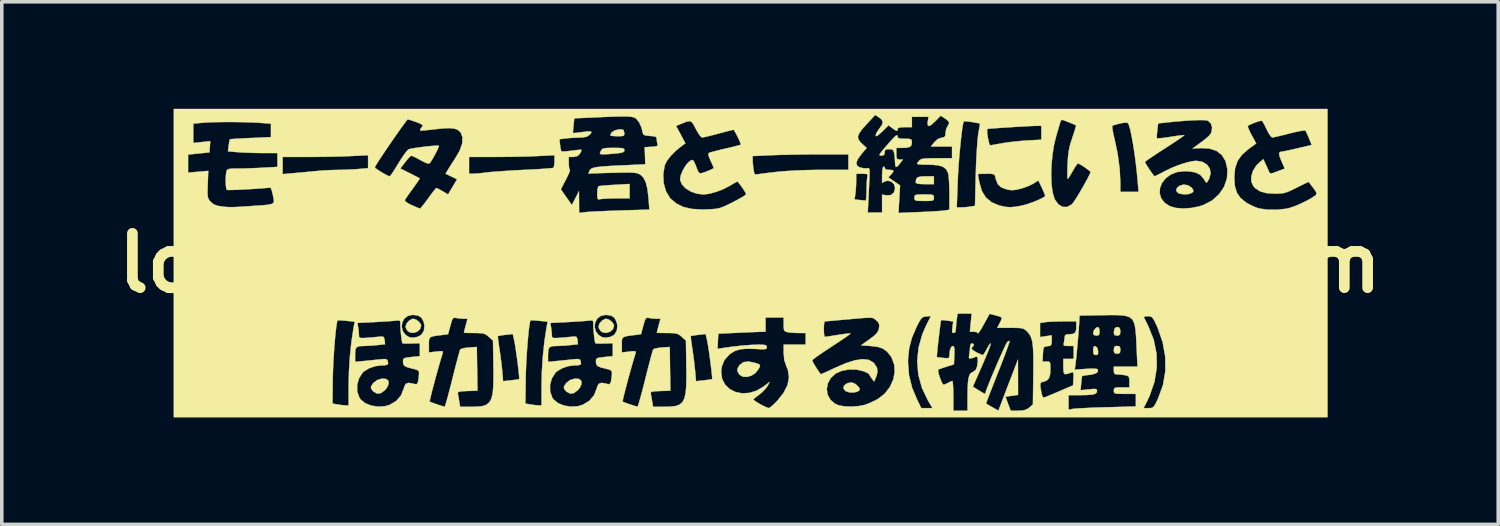
<source format=kicad_pcb>
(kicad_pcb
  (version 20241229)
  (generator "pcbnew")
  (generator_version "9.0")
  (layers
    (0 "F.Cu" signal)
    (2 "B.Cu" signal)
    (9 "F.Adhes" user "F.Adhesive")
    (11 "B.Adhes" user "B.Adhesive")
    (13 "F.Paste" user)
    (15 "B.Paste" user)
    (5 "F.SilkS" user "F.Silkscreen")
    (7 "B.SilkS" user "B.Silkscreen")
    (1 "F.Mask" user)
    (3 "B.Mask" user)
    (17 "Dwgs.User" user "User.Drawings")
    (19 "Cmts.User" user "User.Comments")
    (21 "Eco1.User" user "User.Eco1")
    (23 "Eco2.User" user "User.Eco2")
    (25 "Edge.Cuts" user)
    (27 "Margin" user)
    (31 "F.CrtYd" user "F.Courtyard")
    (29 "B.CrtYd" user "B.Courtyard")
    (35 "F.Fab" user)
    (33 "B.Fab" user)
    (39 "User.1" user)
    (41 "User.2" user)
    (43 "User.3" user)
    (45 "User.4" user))
  (footprint "logo_motor_pokapoka_32_9mm"
    (layer "F.Cu")
    (at 17.969 4.323)
    (property "Reference" "logo_motor_pokapoka_32_9mm" (at 0 0 0) (layer "F.SilkS") (effects (font (size 1.524 1.524) (thickness 0.3))))
    (attr through_hole)
    (fp_poly (pts (xy 9.679 2.329) (xy 9.733 2.375) (xy 9.754 2.459) (xy 9.754 2.541) (xy 9.726 2.573) (xy 9.691 2.576) (xy 9.64 2.563) (xy 9.619 2.511) (xy 9.616 2.447) (xy 9.623 2.36) (xy 9.65 2.328) (xy 9.679 2.329)) (stroke (width 0.01) (type solid)) (fill yes) (layer "F.SilkS"))
    (fp_poly (pts (xy 9.764 1.798) (xy 9.788 1.846) (xy 9.797 1.925) (xy 9.787 2.002) (xy 9.744 2.03) (xy 9.706 2.032) (xy 9.635 2.015) (xy 9.616 1.962) (xy 9.636 1.889) (xy 9.685 1.825) (xy 9.74 1.794) (xy 9.764 1.798)) (stroke (width 0.01) (type solid)) (fill yes) (layer "F.SilkS"))
    (fp_poly (pts (xy 10.37 1.847) (xy 10.378 1.925) (xy 10.367 2.002) (xy 10.324 2.03) (xy 10.287 2.032) (xy 10.221 2.02) (xy 10.198 1.968) (xy 10.196 1.927) (xy 10.216 1.838) (xy 10.254 1.8) (xy 10.33 1.793) (xy 10.37 1.847)) (stroke (width 0.01) (type solid)) (fill yes) (layer "F.SilkS"))
    (fp_poly (pts (xy 5.153 -2.213) (xy 4.899 -2.213) (xy 4.759 -2.217) (xy 4.679 -2.229) (xy 4.647 -2.253) (xy 4.645 -2.265) (xy 4.654 -2.35) (xy 4.694 -2.401) (xy 4.776 -2.425) (xy 4.916 -2.431) (xy 4.921 -2.431) (xy 5.153 -2.431) (xy 5.153 -2.213)) (stroke (width 0.01) (type solid)) (fill yes) (layer "F.SilkS"))
    (fp_poly (pts (xy 10.352 2.334) (xy 10.376 2.384) (xy 10.378 2.431) (xy 10.368 2.509) (xy 10.326 2.537) (xy 10.287 2.54) (xy 10.222 2.528) (xy 10.198 2.478) (xy 10.196 2.431) (xy 10.206 2.353) (xy 10.248 2.325) (xy 10.287 2.322) (xy 10.352 2.334)) (stroke (width 0.01) (type solid)) (fill yes) (layer "F.SilkS"))
    (fp_poly (pts (xy 12.272 -2.182) (xy 12.375 -2.114) (xy 12.392 -2.093) (xy 12.427 -2.031) (xy 12.414 -1.992) (xy 12.385 -1.969) (xy 12.295 -1.935) (xy 12.172 -1.926) (xy 12.054 -1.942) (xy 12.002 -1.962) (xy 11.945 -2.024) (xy 11.957 -2.095) (xy 12.027 -2.161) (xy 12.146 -2.2) (xy 12.272 -2.182)) (stroke (width 0.01) (type solid)) (fill yes) (layer "F.SilkS"))
    (fp_poly (pts (xy -10.197 3.247) (xy -10.136 3.297) (xy -10.127 3.38) (xy -10.167 3.481) (xy -10.23 3.559) (xy -10.345 3.644) (xy -10.45 3.658) (xy -10.551 3.601) (xy -10.559 3.592) (xy -10.617 3.524) (xy -10.624 3.466) (xy -10.58 3.392) (xy -10.559 3.364) (xy -10.452 3.279) (xy -10.317 3.238) (xy -10.197 3.247)) (stroke (width 0.01) (type solid)) (fill yes) (layer "F.SilkS"))
    (fp_poly (pts (xy -9.355 1.586) (xy -9.275 1.648) (xy -9.223 1.721) (xy -9.217 1.752) (xy -9.248 1.851) (xy -9.326 1.922) (xy -9.429 1.956) (xy -9.534 1.942) (xy -9.595 1.902) (xy -9.642 1.825) (xy -9.652 1.775) (xy -9.621 1.687) (xy -9.548 1.607) (xy -9.458 1.563) (xy -9.434 1.56) (xy -9.355 1.586)) (stroke (width 0.01) (type solid)) (fill yes) (layer "F.SilkS"))
    (fp_poly (pts (xy -4.791 3.247) (xy -4.73 3.297) (xy -4.72 3.38) (xy -4.761 3.481) (xy -4.823 3.559) (xy -4.938 3.644) (xy -5.044 3.658) (xy -5.144 3.601) (xy -5.153 3.592) (xy -5.21 3.524) (xy -5.217 3.466) (xy -5.173 3.392) (xy -5.152 3.364) (xy -5.046 3.279) (xy -4.911 3.238) (xy -4.791 3.247)) (stroke (width 0.01) (type solid)) (fill yes) (layer "F.SilkS"))
    (fp_poly (pts (xy -3.948 1.586) (xy -3.869 1.648) (xy -3.817 1.721) (xy -3.81 1.752) (xy -3.841 1.851) (xy -3.92 1.922) (xy -4.023 1.956) (xy -4.128 1.942) (xy -4.188 1.902) (xy -4.235 1.825) (xy -4.245 1.775) (xy -4.215 1.687) (xy -4.141 1.607) (xy -4.051 1.563) (xy -4.028 1.56) (xy -3.948 1.586)) (stroke (width 0.01) (type solid)) (fill yes) (layer "F.SilkS"))
    (fp_poly (pts (xy -3.545 -3.727) (xy -3.528 -3.67) (xy -3.526 -3.656) (xy -3.523 -3.599) (xy -3.542 -3.569) (xy -3.6 -3.558) (xy -3.713 -3.556) (xy -3.717 -3.556) (xy -3.827 -3.56) (xy -3.9 -3.572) (xy -3.918 -3.583) (xy -3.881 -3.659) (xy -3.792 -3.718) (xy -3.681 -3.744) (xy -3.588 -3.747) (xy -3.545 -3.727)) (stroke (width 0.01) (type solid)) (fill yes) (layer "F.SilkS"))
    (fp_poly (pts (xy 2.932 3.375) (xy 2.968 3.4) (xy 3.039 3.466) (xy 3.076 3.526) (xy 3.077 3.528) (xy 3.056 3.577) (xy 2.985 3.611) (xy 2.886 3.627) (xy 2.779 3.621) (xy 2.688 3.592) (xy 2.67 3.581) (xy 2.619 3.512) (xy 2.632 3.439) (xy 2.703 3.379) (xy 2.751 3.361) (xy 2.85 3.345) (xy 2.932 3.375)) (stroke (width 0.01) (type solid)) (fill yes) (layer "F.SilkS"))
    (fp_poly (pts (xy -3.375 -1.814) (xy -3.747 -1.814) (xy -3.912 -1.811) (xy -4.058 -1.806) (xy -4.163 -1.797) (xy -4.2 -1.791) (xy -4.248 -1.784) (xy -4.272 -1.806) (xy -4.281 -1.873) (xy -4.282 -1.956) (xy -4.273 -2.082) (xy -4.248 -2.149) (xy -4.236 -2.157) (xy -4.183 -2.165) (xy -4.075 -2.175) (xy -3.927 -2.186) (xy -3.783 -2.194) (xy -3.375 -2.217) (xy -3.375 -1.814)) (stroke (width 0.01) (type solid)) (fill yes) (layer "F.SilkS"))
    (fp_poly (pts (xy 0.143 2.798) (xy 0.149 2.799) (xy 0.242 2.832) (xy 0.28 2.86) (xy 0.272 2.905) (xy 0.238 2.971) (xy 0.153 3.08) (xy 0.039 3.154) (xy -0.087 3.19) (xy -0.204 3.183) (xy -0.295 3.127) (xy -0.306 3.112) (xy -0.354 3.026) (xy -0.351 2.953) (xy -0.295 2.863) (xy -0.288 2.853) (xy -0.185 2.776) (xy -0.042 2.758) (xy 0.143 2.798)) (stroke (width 0.01) (type solid)) (fill yes) (layer "F.SilkS"))
    (fp_poly (pts (xy -3.677 -3.228) (xy -3.585 -3.221) (xy -3.538 -3.206) (xy -3.521 -3.18) (xy -3.52 -3.162) (xy -3.531 -3.125) (xy -3.573 -3.1) (xy -3.663 -3.083) (xy -3.765 -3.072) (xy -3.975 -3.054) (xy -4.117 -3.049) (xy -4.194 -3.056) (xy -4.209 -3.069) (xy -4.194 -3.113) (xy -4.172 -3.159) (xy -4.144 -3.194) (xy -4.096 -3.215) (xy -4.012 -3.226) (xy -3.876 -3.229) (xy -3.827 -3.229) (xy -3.677 -3.228)) (stroke (width 0.01) (type solid)) (fill yes) (layer "F.SilkS"))
    (fp_poly (pts (xy 5.019 -1.922) (xy 5.1 -1.915) (xy 5.139 -1.898) (xy 5.152 -1.864) (xy 5.153 -1.832) (xy 5.149 -1.786) (xy 5.129 -1.759) (xy 5.076 -1.746) (xy 4.976 -1.742) (xy 4.88 -1.742) (xy 4.742 -1.743) (xy 4.661 -1.75) (xy 4.622 -1.767) (xy 4.609 -1.801) (xy 4.608 -1.832) (xy 4.612 -1.879) (xy 4.632 -1.906) (xy 4.685 -1.919) (xy 4.785 -1.923) (xy 4.88 -1.923) (xy 5.019 -1.922)) (stroke (width 0.01) (type solid)) (fill yes) (layer "F.SilkS"))
    (fp_poly (pts (xy 4.136 -3.549) (xy 4.137 -3.538) (xy 4.154 -3.505) (xy 4.217 -3.488) (xy 4.336 -3.483) (xy 4.45 -3.482) (xy 4.51 -3.469) (xy 4.532 -3.438) (xy 4.536 -3.378) (xy 4.523 -3.301) (xy 4.477 -3.255) (xy 4.384 -3.234) (xy 4.261 -3.229) (xy 4.1 -3.229) (xy 4.1 -3.066) (xy 4.104 -2.965) (xy 4.122 -2.918) (xy 4.167 -2.904) (xy 4.192 -2.903) (xy 4.284 -2.903) (xy 4.203 -2.794) (xy 4.133 -2.711) (xy 4.089 -2.694) (xy 4.068 -2.744) (xy 4.064 -2.826) (xy 4.058 -2.953) (xy 4.043 -3.073) (xy 4.041 -3.08) (xy 4.016 -3.158) (xy 3.967 -3.189) (xy 3.896 -3.193) (xy 3.812 -3.186) (xy 3.779 -3.153) (xy 3.774 -3.102) (xy 3.759 -3.034) (xy 3.702 -3.012) (xy 3.68 -3.012) (xy 3.641 -3.015) (xy 3.629 -3.032) (xy 3.647 -3.072) (xy 3.703 -3.145) (xy 3.799 -3.259) (xy 3.834 -3.299) (xy 3.959 -3.441) (xy 4.044 -3.532) (xy 4.098 -3.577) (xy 4.127 -3.581) (xy 4.136 -3.549)) (stroke (width 0.01) (type solid)) (fill yes) (layer "F.SilkS"))
    (fp_poly (pts (xy 16.183 4.318) (xy -16.147 4.318) (xy -16.147 3.937) (xy -11.702 3.937) (xy -11.575 3.959) (xy -11.456 3.977) (xy -11.348 3.987) (xy -11.249 3.991) (xy -11.249 3.419) (xy -11.239 3.02) (xy -11.212 2.605) (xy -11.208 2.567) (xy -11.067 2.567) (xy -11.067 2.768) (xy -10.84 2.746) (xy -10.67 2.729) (xy -10.484 2.71) (xy -10.392 2.7) (xy -10.269 2.689) (xy -10.2 2.692) (xy -10.167 2.713) (xy -10.151 2.751) (xy -10.142 2.815) (xy -10.168 2.85) (xy -10.241 2.865) (xy -10.338 2.867) (xy -10.507 2.89) (xy -10.675 2.948) (xy -10.813 3.031) (xy -10.857 3.071) (xy -10.96 3.233) (xy -11.011 3.416) (xy -11.008 3.6) (xy -10.949 3.767) (xy -10.912 3.821) (xy -10.787 3.924) (xy -10.618 3.993) (xy -10.425 4.023) (xy -10.23 4.011) (xy -10.097 3.972) (xy -9.91 3.86) (xy -9.777 3.702) (xy -9.696 3.493) (xy -9.689 3.465) (xy -9.65 3.385) (xy -9.571 3.356) (xy -9.445 3.376) (xy -9.408 3.388) (xy -9.345 3.395) (xy -9.312 3.35) (xy -9.305 3.324) (xy -9.286 3.218) (xy -9.277 3.117) (xy -9.278 3.047) (xy -9.303 3.007) (xy -9.368 2.98) (xy -9.454 2.959) (xy -9.592 2.923) (xy -9.674 2.888) (xy -9.713 2.843) (xy -9.724 2.776) (xy -9.725 2.76) (xy -9.721 2.704) (xy -9.698 2.671) (xy -9.641 2.652) (xy -9.532 2.637) (xy -9.489 2.632) (xy -9.253 2.607) (xy -9.253 2.245) (xy -9.489 2.253) (xy -9.612 2.255) (xy -9.702 2.253) (xy -9.74 2.247) (xy -9.753 2.203) (xy -9.754 2.197) (xy -8.999 2.197) (xy -8.999 2.289) (xy -8.999 2.504) (xy -8.795 2.48) (xy -8.68 2.468) (xy -8.622 2.47) (xy -8.606 2.491) (xy -8.617 2.537) (xy -8.619 2.544) (xy -8.662 2.684) (xy -8.712 2.856) (xy -8.766 3.047) (xy -8.82 3.244) (xy -8.871 3.434) (xy -8.916 3.606) (xy -8.95 3.746) (xy -8.972 3.842) (xy -8.977 3.881) (xy -8.977 3.881) (xy -8.937 3.9) (xy -8.852 3.932) (xy -8.747 3.968) (xy -8.645 4.001) (xy -8.571 4.022) (xy -8.558 4.024) (xy -8.543 3.992) (xy -8.514 3.898) (xy -8.473 3.755) (xy -8.424 3.57) (xy -8.368 3.355) (xy -8.341 3.244) (xy -8.283 3.015) (xy -8.23 2.808) (xy -8.184 2.635) (xy -8.149 2.507) (xy -8.127 2.433) (xy -8.122 2.421) (xy -8.075 2.398) (xy -7.979 2.377) (xy -7.877 2.366) (xy -7.656 2.35) (xy -7.649 2.844) (xy -7.646 3.037) (xy -7.644 3.214) (xy -7.642 3.356) (xy -7.64 3.447) (xy -7.64 3.456) (xy -7.638 3.574) (xy -7.92 3.585) (xy -8.061 3.591) (xy -8.143 3.601) (xy -8.181 3.619) (xy -8.189 3.649) (xy -8.185 3.675) (xy -8.168 3.766) (xy -8.149 3.88) (xy -8.147 3.892) (xy -8.125 4.028) (xy -7.816 4.028) (xy -7.636 4.023) (xy -7.493 4.006) (xy -7.383 3.967) (xy -7.348 3.937) (xy -6.296 3.937) (xy -6.169 3.959) (xy -6.049 3.977) (xy -5.942 3.987) (xy -5.842 3.991) (xy -5.842 3.419) (xy -5.832 3.02) (xy -5.805 2.605) (xy -5.801 2.567) (xy -5.661 2.567) (xy -5.661 2.768) (xy -5.434 2.746) (xy -5.263 2.729) (xy -5.078 2.71) (xy -4.986 2.7) (xy -4.863 2.689) (xy -4.794 2.692) (xy -4.76 2.713) (xy -4.745 2.751) (xy -4.736 2.815) (xy -4.761 2.85) (xy -4.834 2.865) (xy -4.932 2.867) (xy -5.101 2.89) (xy -5.269 2.948) (xy -5.407 3.031) (xy -5.451 3.071) (xy -5.554 3.233) (xy -5.604 3.416) (xy -5.601 3.6) (xy -5.543 3.767) (xy -5.505 3.821) (xy -5.38 3.924) (xy -5.211 3.993) (xy -5.018 4.023) (xy -4.824 4.011) (xy -4.69 3.972) (xy -4.503 3.86) (xy -4.37 3.702) (xy -4.289 3.493) (xy -4.283 3.465) (xy -4.243 3.385) (xy -4.164 3.356) (xy -4.039 3.376) (xy -4.002 3.388) (xy -3.939 3.395) (xy -3.906 3.35) (xy -3.898 3.324) (xy -3.88 3.218) (xy -3.87 3.117) (xy -3.871 3.047) (xy -3.896 3.007) (xy -3.962 2.98) (xy -4.047 2.959) (xy -4.186 2.923) (xy -4.267 2.888) (xy -4.306 2.843) (xy -4.318 2.776) (xy -4.318 2.76) (xy -4.314 2.704) (xy -4.292 2.671) (xy -4.234 2.652) (xy -4.125 2.637) (xy -4.082 2.632) (xy -3.846 2.607) (xy -3.846 2.245) (xy -4.082 2.253) (xy -4.205 2.255) (xy -4.296 2.253) (xy -4.333 2.247) (xy -4.346 2.203) (xy -4.347 2.197) (xy -3.592 2.197) (xy -3.592 2.289) (xy -3.592 2.504) (xy -3.389 2.48) (xy -3.274 2.468) (xy -3.216 2.47) (xy -3.2 2.491) (xy -3.211 2.537) (xy -3.213 2.544) (xy -3.256 2.684) (xy -3.306 2.856) (xy -3.36 3.047) (xy -3.414 3.244) (xy -3.465 3.434) (xy -3.509 3.606) (xy -3.544 3.746) (xy -3.565 3.842) (xy -3.57 3.881) (xy -3.57 3.881) (xy -3.53 3.9) (xy -3.445 3.932) (xy -3.34 3.968) (xy -3.238 4.001) (xy -3.165 4.022) (xy -3.152 4.024) (xy -3.137 3.992) (xy -3.107 3.898) (xy -3.067 3.755) (xy -3.017 3.57) (xy -2.962 3.355) (xy -2.934 3.244) (xy -2.877 3.015) (xy -2.823 2.808) (xy -2.778 2.635) (xy -2.742 2.507) (xy -2.72 2.433) (xy -2.715 2.421) (xy -2.669 2.398) (xy -2.572 2.377) (xy -2.47 2.366) (xy -2.25 2.35) (xy -2.243 2.844) (xy -2.24 3.037) (xy -2.237 3.214) (xy -2.235 3.356) (xy -2.234 3.447) (xy -2.234 3.456) (xy -2.232 3.574) (xy -2.513 3.585) (xy -2.654 3.591) (xy -2.737 3.601) (xy -2.775 3.619) (xy -2.782 3.649) (xy -2.778 3.675) (xy -2.761 3.766) (xy -2.742 3.88) (xy -2.74 3.892) (xy -2.718 4.028) (xy -2.41 4.028) (xy -2.229 4.023) (xy -2.086 4.006) (xy -1.977 3.967) (xy -1.896 3.899) (xy -1.841 3.796) (xy -1.806 3.65) (xy -1.788 3.453) (xy -1.782 3.197) (xy -1.785 2.907) (xy -1.796 2.171) (xy -1.915 2.065) (xy -1.938 2.046) (xy -1.659 2.046) (xy -1.659 2.085) (xy -1.649 2.179) (xy -1.63 2.311) (xy -1.617 2.399) (xy -1.589 2.593) (xy -1.562 2.803) (xy -1.542 2.989) (xy -1.538 3.025) (xy -1.513 3.31) (xy -1.292 3.285) (xy -1.175 3.271) (xy -1.091 3.258) (xy -1.062 3.251) (xy -1.061 3.212) (xy -1.069 3.116) (xy -1.084 2.979) (xy -1.104 2.817) (xy -1.127 2.643) (xy -1.15 2.474) (xy -1.161 2.405) (xy -0.911 2.405) (xy -0.755 2.379) (xy -0.492 2.342) (xy -0.221 2.312) (xy 0.032 2.293) (xy 0.227 2.286) (xy 0.358 2.288) (xy 0.432 2.298) (xy 0.464 2.319) (xy 0.472 2.356) (xy 0.467 2.388) (xy 0.443 2.407) (xy 0.386 2.415) (xy 0.284 2.413) (xy 0.133 2.405) (xy -0.099 2.4) (xy -0.279 2.417) (xy -0.423 2.462) (xy -0.549 2.538) (xy -0.583 2.566) (xy -0.722 2.724) (xy -0.795 2.914) (xy -0.809 3.049) (xy -0.782 3.245) (xy -0.698 3.407) (xy -0.57 3.53) (xy -0.407 3.613) (xy -0.219 3.65) (xy -0.018 3.638) (xy 0.188 3.574) (xy 0.383 3.458) (xy 0.55 3.33) (xy 0.494 3.439) (xy 0.432 3.526) (xy 0.336 3.622) (xy 0.282 3.667) (xy 0.189 3.739) (xy 0.119 3.795) (xy 0.095 3.814) (xy 0.11 3.84) (xy 0.172 3.886) (xy 0.263 3.942) (xy 0.365 3.997) (xy 0.458 4.041) (xy 0.524 4.062) (xy 0.53 4.062) (xy 0.573 4.038) (xy 0.649 3.974) (xy 0.742 3.882) (xy 0.753 3.871) (xy 0.937 3.642) (xy 1.05 3.42) (xy 1.092 3.206) (xy 1.062 2.997) (xy 1.016 2.885) (xy 0.964 2.728) (xy 1.742 2.728) (xy 1.76 2.771) (xy 1.808 2.855) (xy 1.872 2.957) (xy 1.941 3.06) (xy 1.98 3.114) (xy 2.014 3.104) (xy 2.1 3.067) (xy 2.224 3.011) (xy 2.364 2.944) (xy 2.676 2.808) (xy 2.939 2.724) (xy 3.156 2.692) (xy 3.327 2.712) (xy 3.454 2.784) (xy 3.473 2.804) (xy 3.557 2.928) (xy 3.573 3.056) (xy 3.537 3.181) (xy 3.479 3.32) (xy 3.41 3.229) (xy 3.361 3.159) (xy 3.339 3.115) (xy 3.339 3.115) (xy 3.308 3.089) (xy 3.229 3.05) (xy 3.175 3.028) (xy 2.983 2.984) (xy 2.772 2.982) (xy 2.568 3.02) (xy 2.4 3.095) (xy 2.399 3.095) (xy 2.261 3.222) (xy 2.179 3.373) (xy 2.151 3.534) (xy 2.176 3.692) (xy 2.253 3.832) (xy 2.38 3.94) (xy 2.479 3.983) (xy 2.637 4.014) (xy 2.833 4.022) (xy 3.034 4.009) (xy 3.21 3.976) (xy 3.214 3.974) (xy 3.347 3.924) (xy 3.5 3.853) (xy 3.592 3.802) (xy 3.778 3.656) (xy 3.919 3.473) (xy 4.013 3.268) (xy 4.055 3.053) (xy 4.041 2.841) (xy 4.016 2.774) (xy 4.427 2.774) (xy 4.455 3.142) (xy 4.541 3.489) (xy 4.668 3.794) (xy 4.799 4.064) (xy 5.113 4.064) (xy 4.989 3.855) (xy 4.819 3.501) (xy 4.717 3.131) (xy 4.685 2.751) (xy 4.697 2.633) (xy 5.236 2.633) (xy 5.236 2.634) (xy 5.273 2.64) (xy 5.359 2.651) (xy 5.416 2.658) (xy 5.519 2.666) (xy 5.57 2.657) (xy 5.587 2.622) (xy 5.588 2.581) (xy 5.602 2.445) (xy 5.636 2.355) (xy 5.685 2.322) (xy 5.712 2.337) (xy 5.726 2.391) (xy 5.728 2.497) (xy 5.726 2.58) (xy 5.715 2.839) (xy 5.503 2.904) (xy 5.389 2.941) (xy 5.305 2.972) (xy 5.274 2.987) (xy 5.272 3.032) (xy 5.291 3.118) (xy 5.325 3.221) (xy 5.364 3.32) (xy 5.401 3.39) (xy 5.422 3.41) (xy 5.48 3.392) (xy 5.552 3.356) (xy 5.626 3.318) (xy 5.67 3.303) (xy 5.68 3.337) (xy 5.689 3.428) (xy 5.695 3.564) (xy 5.697 3.719) (xy 5.697 4.137) (xy 6.096 4.137) (xy 6.096 3.779) (xy 6.099 3.533) (xy 6.107 3.35) (xy 6.125 3.22) (xy 6.152 3.133) (xy 6.192 3.081) (xy 6.241 3.054) (xy 6.324 2.997) (xy 6.363 2.902) (xy 6.384 2.756) (xy 6.382 2.66) (xy 6.356 2.62) (xy 6.341 2.622) (xy 6.223 2.664) (xy 6.159 2.676) (xy 6.135 2.652) (xy 6.139 2.588) (xy 6.145 2.553) (xy 6.16 2.439) (xy 6.168 2.342) (xy 6.168 2.331) (xy 6.189 2.265) (xy 6.223 2.25) (xy 6.272 2.272) (xy 6.266 2.318) (xy 6.241 2.34) (xy 6.207 2.383) (xy 6.237 2.434) (xy 6.336 2.496) (xy 6.349 2.503) (xy 6.442 2.548) (xy 6.509 2.574) (xy 6.523 2.576) (xy 6.555 2.546) (xy 6.603 2.47) (xy 6.633 2.413) (xy 6.684 2.319) (xy 6.728 2.26) (xy 6.745 2.25) (xy 6.742 2.281) (xy 6.712 2.368) (xy 6.661 2.501) (xy 6.592 2.669) (xy 6.511 2.857) (xy 6.245 3.464) (xy 6.406 3.564) (xy 6.513 3.629) (xy 6.572 3.658) (xy 6.598 3.655) (xy 6.604 3.624) (xy 6.604 3.623) (xy 6.618 3.572) (xy 6.657 3.469) (xy 6.714 3.324) (xy 6.785 3.152) (xy 6.865 2.964) (xy 6.947 2.772) (xy 7.027 2.591) (xy 7.099 2.432) (xy 7.157 2.308) (xy 7.196 2.232) (xy 7.207 2.216) (xy 7.255 2.181) (xy 7.274 2.182) (xy 7.267 2.22) (xy 7.235 2.315) (xy 7.183 2.46) (xy 7.114 2.645) (xy 7.032 2.86) (xy 6.95 3.067) (xy 6.858 3.301) (xy 6.775 3.512) (xy 6.706 3.689) (xy 6.654 3.826) (xy 6.623 3.911) (xy 6.614 3.938) (xy 6.647 3.957) (xy 6.724 4.001) (xy 6.791 4.039) (xy 6.961 4.136) (xy 7.054 3.891) (xy 7.103 3.762) (xy 7.17 3.587) (xy 7.245 3.389) (xy 7.322 3.19) (xy 7.328 3.175) (xy 7.509 2.703) (xy 7.51 3.199) (xy 7.511 3.694) (xy 7.335 3.719) (xy 7.159 3.743) (xy 7.231 3.94) (xy 7.304 4.137) (xy 7.514 4.137) (xy 7.651 4.13) (xy 7.745 4.104) (xy 7.824 4.052) (xy 7.827 4.049) (xy 7.928 3.962) (xy 7.939 3.144) (xy 7.942 2.833) (xy 7.94 2.586) (xy 7.932 2.392) (xy 7.917 2.243) (xy 7.893 2.13) (xy 7.859 2.042) (xy 7.813 1.971) (xy 7.765 1.917) (xy 7.715 1.871) (xy 7.665 1.841) (xy 7.599 1.824) (xy 7.5 1.816) (xy 7.351 1.814) (xy 7.295 1.814) (xy 6.929 1.814) (xy 6.998 1.679) (xy 8.128 1.679) (xy 8.128 2.073) (xy 8.291 2.048) (xy 8.455 2.024) (xy 8.455 2.171) (xy 8.45 2.265) (xy 8.425 2.309) (xy 8.364 2.326) (xy 8.337 2.329) (xy 8.27 2.339) (xy 8.234 2.364) (xy 8.217 2.423) (xy 8.209 2.533) (xy 8.208 2.549) (xy 8.197 2.758) (xy 8.308 2.758) (xy 8.371 2.761) (xy 8.404 2.782) (xy 8.416 2.839) (xy 8.418 2.95) (xy 8.418 2.96) (xy 8.409 3.124) (xy 8.376 3.23) (xy 8.312 3.293) (xy 8.234 3.321) (xy 8.165 3.34) (xy 8.136 3.372) (xy 8.136 3.438) (xy 8.145 3.51) (xy 8.172 3.66) (xy 8.2 3.744) (xy 8.229 3.771) (xy 8.232 3.771) (xy 8.272 3.756) (xy 8.366 3.719) (xy 8.408 3.701) (xy 8.926 3.701) (xy 8.926 4.109) (xy 9.044 4.086) (xy 9.114 4.079) (xy 9.244 4.07) (xy 9.365 4.064) (xy 11.03 4.064) (xy 11.17 4.064) (xy 11.239 4.062) (xy 11.287 4.046) (xy 11.328 4.004) (xy 11.375 3.922) (xy 11.438 3.788) (xy 11.441 3.783) (xy 11.575 3.41) (xy 11.64 3.021) (xy 11.636 2.62) (xy 11.563 2.213) (xy 11.42 1.803) (xy 11.355 1.66) (xy 11.3 1.558) (xy 11.252 1.507) (xy 11.19 1.489) (xy 11.148 1.488) (xy 11.069 1.495) (xy 11.036 1.512) (xy 11.037 1.515) (xy 11.058 1.559) (xy 11.102 1.649) (xy 11.161 1.767) (xy 11.166 1.778) (xy 11.315 2.155) (xy 11.393 2.541) (xy 11.399 2.934) (xy 11.334 3.328) (xy 11.198 3.721) (xy 11.135 3.855) (xy 11.03 4.064) (xy 9.365 4.064) (xy 9.423 4.061) (xy 9.637 4.052) (xy 9.875 4.044) (xy 9.988 4.041) (xy 10.813 4.017) (xy 10.813 3.665) (xy 10.505 3.665) (xy 10.355 3.664) (xy 10.264 3.659) (xy 10.217 3.645) (xy 10.199 3.618) (xy 10.196 3.574) (xy 10.201 3.524) (xy 10.226 3.497) (xy 10.289 3.486) (xy 10.406 3.483) (xy 10.414 3.483) (xy 10.632 3.483) (xy 10.632 3.325) (xy 10.627 3.225) (xy 10.605 3.174) (xy 10.55 3.15) (xy 10.518 3.143) (xy 10.399 3.126) (xy 10.301 3.121) (xy 10.227 3.111) (xy 10.199 3.067) (xy 10.196 3.012) (xy 10.196 2.903) (xy 10.858 2.903) (xy 10.833 2.349) (xy 10.82 2.072) (xy 10.803 1.858) (xy 10.773 1.7) (xy 10.722 1.589) (xy 10.64 1.517) (xy 10.52 1.477) (xy 10.352 1.459) (xy 10.128 1.456) (xy 9.879 1.46) (xy 9.235 1.47) (xy 9.226 1.633) (xy 9.218 1.767) (xy 9.205 1.943) (xy 9.189 2.143) (xy 9.171 2.35) (xy 9.153 2.544) (xy 9.136 2.708) (xy 9.123 2.823) (xy 9.12 2.845) (xy 9.099 2.987) (xy 9.411 2.965) (xy 9.554 2.958) (xy 9.667 2.96) (xy 9.733 2.969) (xy 9.742 2.974) (xy 9.752 3.04) (xy 9.694 3.091) (xy 9.57 3.125) (xy 9.519 3.132) (xy 9.407 3.145) (xy 9.33 3.157) (xy 9.308 3.164) (xy 9.3 3.203) (xy 9.288 3.292) (xy 9.281 3.369) (xy 9.263 3.563) (xy 9.494 3.539) (xy 9.619 3.527) (xy 9.688 3.528) (xy 9.718 3.546) (xy 9.725 3.583) (xy 9.725 3.585) (xy 9.712 3.633) (xy 9.668 3.666) (xy 9.581 3.687) (xy 9.443 3.697) (xy 9.244 3.701) (xy 8.926 3.701) (xy 8.408 3.701) (xy 8.498 3.664) (xy 8.654 3.597) (xy 9.053 3.426) (xy 9.064 3.233) (xy 9.068 3.121) (xy 9.059 3.067) (xy 9.034 3.056) (xy 9.016 3.062) (xy 8.893 3.105) (xy 8.823 3.112) (xy 8.791 3.071) (xy 8.782 2.974) (xy 8.781 2.907) (xy 8.781 2.685) (xy 9.071 2.685) (xy 9.071 2.322) (xy 8.922 2.322) (xy 8.828 2.319) (xy 8.79 2.3) (xy 8.791 2.256) (xy 8.795 2.241) (xy 8.813 2.136) (xy 8.817 2.077) (xy 8.832 2.018) (xy 8.889 1.997) (xy 8.923 1.996) (xy 9.046 1.986) (xy 9.114 1.948) (xy 9.141 1.868) (xy 9.144 1.792) (xy 9.144 1.633) (xy 8.772 1.633) (xy 8.598 1.636) (xy 8.437 1.642) (xy 8.311 1.65) (xy 8.264 1.656) (xy 8.128 1.679) (xy 6.998 1.679) (xy 7.004 1.668) (xy 7.044 1.587) (xy 7.053 1.538) (xy 7.02 1.506) (xy 6.934 1.479) (xy 6.849 1.456) (xy 6.714 1.421) (xy 6.551 1.718) (xy 6.481 1.84) (xy 6.426 1.928) (xy 6.393 1.97) (xy 6.387 1.968) (xy 6.354 1.936) (xy 6.274 1.923) (xy 6.161 1.923) (xy 6.187 1.669) (xy 6.212 1.415) (xy 5.816 1.415) (xy 5.793 1.583) (xy 5.778 1.711) (xy 5.77 1.827) (xy 5.769 1.856) (xy 5.754 1.937) (xy 5.71 1.959) (xy 5.674 1.948) (xy 5.663 1.9) (xy 5.673 1.8) (xy 5.673 1.798) (xy 5.695 1.637) (xy 5.531 1.612) (xy 5.43 1.6) (xy 5.365 1.598) (xy 5.353 1.601) (xy 5.345 1.639) (xy 5.332 1.733) (xy 5.315 1.867) (xy 5.296 2.026) (xy 5.276 2.193) (xy 5.259 2.353) (xy 5.245 2.49) (xy 5.237 2.588) (xy 5.236 2.633) (xy 4.697 2.633) (xy 4.723 2.368) (xy 4.831 1.988) (xy 4.932 1.756) (xy 5.069 1.484) (xy 4.938 1.495) (xy 4.872 1.505) (xy 4.823 1.53) (xy 4.777 1.583) (xy 4.722 1.68) (xy 4.672 1.778) (xy 4.539 2.088) (xy 4.46 2.384) (xy 4.429 2.691) (xy 4.427 2.774) (xy 4.016 2.774) (xy 3.968 2.647) (xy 3.943 2.608) (xy 3.84 2.48) (xy 3.726 2.397) (xy 3.581 2.348) (xy 3.389 2.324) (xy 3.113 2.304) (xy 3.351 2.133) (xy 3.476 2.039) (xy 3.552 1.965) (xy 3.594 1.897) (xy 3.614 1.828) (xy 3.623 1.73) (xy 3.597 1.664) (xy 3.541 1.608) (xy 3.504 1.576) (xy 3.472 1.553) (xy 3.433 1.538) (xy 3.377 1.531) (xy 3.294 1.532) (xy 3.172 1.539) (xy 3 1.553) (xy 2.769 1.574) (xy 2.721 1.578) (xy 2.52 1.596) (xy 2.344 1.612) (xy 2.206 1.624) (xy 2.119 1.631) (xy 2.095 1.632) (xy 2.081 1.666) (xy 2.071 1.752) (xy 2.068 1.851) (xy 2.072 1.965) (xy 2.083 2.044) (xy 2.095 2.068) (xy 2.141 2.063) (xy 2.241 2.048) (xy 2.378 2.026) (xy 2.463 2.013) (xy 2.612 1.99) (xy 2.731 1.975) (xy 2.804 1.97) (xy 2.819 1.972) (xy 2.794 1.995) (xy 2.718 2.051) (xy 2.6 2.133) (xy 2.448 2.234) (xy 2.287 2.34) (xy 2.112 2.455) (xy 1.96 2.558) (xy 1.841 2.643) (xy 1.765 2.702) (xy 1.742 2.728) (xy 0.964 2.728) (xy 0.96 2.717) (xy 0.943 2.514) (xy 0.943 2.286) (xy 1.56 2.286) (xy 1.56 1.959) (xy 1.365 1.959) (xy 1.229 1.955) (xy 1.104 1.944) (xy 1.057 1.937) (xy 0.991 1.92) (xy 0.958 1.888) (xy 0.945 1.823) (xy 0.943 1.719) (xy 0.943 1.524) (xy 0.435 1.524) (xy 0.435 1.923) (xy 0.263 1.927) (xy 0.161 1.931) (xy 0.006 1.937) (xy -0.18 1.945) (xy -0.379 1.954) (xy -0.399 1.955) (xy -0.889 1.978) (xy -0.9 2.191) (xy -0.911 2.405) (xy -1.161 2.405) (xy -1.173 2.325) (xy -1.193 2.212) (xy -1.199 2.182) (xy -1.242 1.987) (xy -1.444 2.01) (xy -1.557 2.025) (xy -1.636 2.039) (xy -1.659 2.046) (xy -1.938 2.046) (xy -1.98 2.012) (xy -2.043 1.98) (xy -2.125 1.965) (xy -2.249 1.96) (xy -2.323 1.959) (xy -2.457 1.958) (xy -2.559 1.956) (xy -2.609 1.952) (xy -2.612 1.95) (xy -2.603 1.913) (xy -2.581 1.828) (xy -2.561 1.751) (xy -2.51 1.56) (xy -2.611 1.56) (xy -2.727 1.553) (xy -2.819 1.539) (xy -2.877 1.531) (xy -2.914 1.544) (xy -2.943 1.593) (xy -2.974 1.693) (xy -2.991 1.755) (xy -3.055 1.992) (xy -3.224 2.015) (xy -3.39 2.036) (xy -3.496 2.056) (xy -3.557 2.083) (xy -3.585 2.127) (xy -3.592 2.197) (xy -4.347 2.197) (xy -4.361 2.109) (xy -4.375 1.988) (xy -4.387 1.86) (xy -4.391 1.786) (xy -4.355 1.786) (xy -4.324 1.908) (xy -4.247 2.013) (xy -4.137 2.08) (xy -4.035 2.091) (xy -3.915 2.068) (xy -3.816 2.018) (xy -3.807 2.011) (xy -3.734 1.898) (xy -3.717 1.754) (xy -3.739 1.647) (xy -3.798 1.533) (xy -3.892 1.471) (xy -4.036 1.451) (xy -4.045 1.451) (xy -4.182 1.48) (xy -4.281 1.556) (xy -4.34 1.663) (xy -4.355 1.786) (xy -4.391 1.786) (xy -4.393 1.748) (xy -4.393 1.696) (xy -4.396 1.631) (xy -4.425 1.607) (xy -4.501 1.61) (xy -4.526 1.613) (xy -4.615 1.622) (xy -4.757 1.632) (xy -4.933 1.643) (xy -5.124 1.654) (xy -5.129 1.654) (xy -5.596 1.677) (xy -5.574 1.809) (xy -5.559 1.924) (xy -5.552 2.023) (xy -5.552 2.028) (xy -5.551 2.06) (xy -5.542 2.083) (xy -5.515 2.096) (xy -5.459 2.101) (xy -5.365 2.097) (xy -5.224 2.086) (xy -5.024 2.067) (xy -4.917 2.057) (xy -4.863 2.069) (xy -4.837 2.13) (xy -4.833 2.163) (xy -4.822 2.275) (xy -5.047 2.299) (xy -5.194 2.312) (xy -5.335 2.32) (xy -5.409 2.322) (xy -5.541 2.328) (xy -5.617 2.357) (xy -5.651 2.423) (xy -5.66 2.542) (xy -5.661 2.567) (xy -5.801 2.567) (xy -5.763 2.201) (xy -5.708 1.839) (xy -5.703 1.81) (xy -5.672 1.642) (xy -5.907 1.618) (xy -6.028 1.607) (xy -6.116 1.602) (xy -6.152 1.604) (xy -6.168 1.654) (xy -6.186 1.764) (xy -6.205 1.923) (xy -6.224 2.12) (xy -6.242 2.341) (xy -6.259 2.577) (xy -6.272 2.814) (xy -6.282 3.041) (xy -6.286 3.229) (xy -6.296 3.937) (xy -7.348 3.937) (xy -7.303 3.899) (xy -7.247 3.796) (xy -7.212 3.65) (xy -7.194 3.453) (xy -7.189 3.197) (xy -7.191 2.907) (xy -7.203 2.171) (xy -7.321 2.065) (xy -7.345 2.046) (xy -7.066 2.046) (xy -7.065 2.085) (xy -7.055 2.179) (xy -7.037 2.311) (xy -7.024 2.399) (xy -6.995 2.593) (xy -6.968 2.803) (xy -6.948 2.989) (xy -6.945 3.025) (xy -6.92 3.31) (xy -6.699 3.285) (xy -6.581 3.271) (xy -6.498 3.258) (xy -6.468 3.251) (xy -6.468 3.212) (xy -6.476 3.116) (xy -6.491 2.979) (xy -6.51 2.817) (xy -6.533 2.643) (xy -6.557 2.474) (xy -6.579 2.325) (xy -6.599 2.212) (xy -6.605 2.182) (xy -6.648 1.987) (xy -6.851 2.01) (xy -6.964 2.025) (xy -7.042 2.039) (xy -7.066 2.046) (xy -7.345 2.046) (xy -7.387 2.012) (xy -7.45 1.98) (xy -7.532 1.965) (xy -7.655 1.96) (xy -7.729 1.959) (xy -7.864 1.958) (xy -7.965 1.956) (xy -8.016 1.952) (xy -8.019 1.95) (xy -8.01 1.913) (xy -7.988 1.828) (xy -7.968 1.751) (xy -7.917 1.56) (xy -8.018 1.56) (xy -8.133 1.553) (xy -8.226 1.539) (xy -8.284 1.531) (xy -8.321 1.544) (xy -8.35 1.593) (xy -8.38 1.693) (xy -8.397 1.755) (xy -8.462 1.992) (xy -8.631 2.015) (xy -8.796 2.036) (xy -8.903 2.056) (xy -8.964 2.083) (xy -8.991 2.127) (xy -8.999 2.197) (xy -9.754 2.197) (xy -9.767 2.109) (xy -9.782 1.988) (xy -9.793 1.86) (xy -9.797 1.786) (xy -9.761 1.786) (xy -9.731 1.908) (xy -9.653 2.013) (xy -9.543 2.08) (xy -9.442 2.091) (xy -9.322 2.068) (xy -9.222 2.018) (xy -9.213 2.011) (xy -9.14 1.898) (xy -9.123 1.754) (xy -9.145 1.647) (xy -9.205 1.533) (xy -9.299 1.471) (xy -9.442 1.451) (xy -9.452 1.451) (xy -9.589 1.48) (xy -9.688 1.556) (xy -9.746 1.663) (xy -9.761 1.786) (xy -9.797 1.786) (xy -9.799 1.748) (xy -9.8 1.696) (xy -9.803 1.631) (xy -9.832 1.607) (xy -9.908 1.61) (xy -9.933 1.613) (xy -10.022 1.622) (xy -10.164 1.632) (xy -10.34 1.643) (xy -10.53 1.654) (xy -10.536 1.654) (xy -11.003 1.677) (xy -10.981 1.809) (xy -10.966 1.924) (xy -10.959 2.023) (xy -10.959 2.028) (xy -10.958 2.06) (xy -10.948 2.083) (xy -10.921 2.096) (xy -10.866 2.101) (xy -10.772 2.097) (xy -10.63 2.086) (xy -10.431 2.067) (xy -10.323 2.057) (xy -10.269 2.069) (xy -10.244 2.13) (xy -10.24 2.163) (xy -10.229 2.275) (xy -10.454 2.299) (xy -10.601 2.312) (xy -10.742 2.32) (xy -10.815 2.322) (xy -10.948 2.328) (xy -11.023 2.357) (xy -11.058 2.423) (xy -11.067 2.542) (xy -11.067 2.567) (xy -11.208 2.567) (xy -11.17 2.201) (xy -11.115 1.839) (xy -11.11 1.81) (xy -11.078 1.642) (xy -11.313 1.618) (xy -11.435 1.607) (xy -11.523 1.602) (xy -11.558 1.604) (xy -11.574 1.654) (xy -11.592 1.764) (xy -11.611 1.923) (xy -11.631 2.12) (xy -11.649 2.341) (xy -11.665 2.577) (xy -11.679 2.814) (xy -11.688 3.041) (xy -11.693 3.229) (xy -11.702 3.937) (xy -16.147 3.937) (xy -16.147 -3.041) (xy -15.748 -3.041) (xy -15.748 -2.535) (xy -15.466 -2.56) (xy -15.183 -2.584) (xy -15.197 -2.206) (xy -15.203 -2.035) (xy -15.202 -1.919) (xy -15.192 -1.842) (xy -15.17 -1.788) (xy -15.135 -1.738) (xy -15.122 -1.723) (xy -15.03 -1.646) (xy -14.908 -1.603) (xy -14.855 -1.595) (xy -14.752 -1.581) (xy -14.666 -1.572) (xy -14.581 -1.568) (xy -14.482 -1.569) (xy -14.354 -1.574) (xy -14.181 -1.585) (xy -14.006 -1.597) (xy -13.767 -1.613) (xy -13.591 -1.626) (xy -13.47 -1.641) (xy -13.394 -1.661) (xy -13.355 -1.691) (xy -13.343 -1.735) (xy -13.35 -1.798) (xy -13.367 -1.882) (xy -13.369 -1.895) (xy -13.396 -2.011) (xy -13.424 -2.091) (xy -13.446 -2.117) (xy -13.531 -2.107) (xy -13.663 -2.096) (xy -13.827 -2.084) (xy -14.009 -2.073) (xy -14.193 -2.063) (xy -14.365 -2.055) (xy -14.51 -2.05) (xy -14.614 -2.048) (xy -14.66 -2.051) (xy -14.661 -2.051) (xy -14.679 -2.097) (xy -14.691 -2.192) (xy -14.695 -2.313) (xy -14.691 -2.438) (xy -14.678 -2.543) (xy -14.673 -2.567) (xy -14.657 -2.608) (xy -14.625 -2.632) (xy -14.561 -2.644) (xy -14.449 -2.649) (xy -14.356 -2.649) (xy -14.189 -2.651) (xy -13.982 -2.658) (xy -13.767 -2.667) (xy -13.652 -2.673) (xy -13.244 -2.696) (xy -13.244 -2.975) (xy -13.099 -2.975) (xy -13.099 -2.493) (xy -12.818 -2.518) (xy -12.645 -2.533) (xy -12.439 -2.552) (xy -12.237 -2.572) (xy -12.192 -2.576) (xy -11.995 -2.593) (xy -11.781 -2.605) (xy -11.591 -2.611) (xy -11.553 -2.612) (xy -11.363 -2.615) (xy -11.154 -2.625) (xy -10.982 -2.636) (xy -10.704 -2.66) (xy -10.704 -2.685) (xy -10.515 -2.685) (xy -10.492 -2.657) (xy -10.423 -2.607) (xy -10.33 -2.548) (xy -10.231 -2.491) (xy -10.147 -2.448) (xy -10.097 -2.432) (xy -10.069 -2.462) (xy -10.012 -2.542) (xy -9.936 -2.661) (xy -9.852 -2.799) (xy -9.759 -2.946) (xy -9.673 -3.07) (xy -9.603 -3.157) (xy -9.561 -3.192) (xy -9.493 -3.208) (xy -9.378 -3.227) (xy -9.236 -3.247) (xy -9.082 -3.266) (xy -8.937 -3.281) (xy -8.816 -3.29) (xy -8.738 -3.292) (xy -8.719 -3.289) (xy -8.727 -3.252) (xy -8.763 -3.171) (xy -8.816 -3.066) (xy -8.876 -2.956) (xy -8.935 -2.858) (xy -8.972 -2.804) (xy -9.008 -2.788) (xy -9.074 -2.805) (xy -9.184 -2.858) (xy -9.233 -2.885) (xy -9.349 -2.947) (xy -9.441 -2.992) (xy -9.491 -3.01) (xy -9.492 -3.01) (xy -9.53 -2.983) (xy -9.595 -2.913) (xy -9.663 -2.83) (xy -9.8 -2.651) (xy -9.536 -2.519) (xy -9.412 -2.456) (xy -9.316 -2.407) (xy -9.263 -2.378) (xy -9.259 -2.375) (xy -9.273 -2.343) (xy -9.323 -2.267) (xy -9.399 -2.159) (xy -9.451 -2.087) (xy -9.542 -1.961) (xy -9.617 -1.855) (xy -9.664 -1.783) (xy -9.674 -1.764) (xy -9.652 -1.723) (xy -9.57 -1.668) (xy -9.481 -1.624) (xy -9.369 -1.575) (xy -9.285 -1.54) (xy -9.25 -1.527) (xy -9.221 -1.553) (xy -9.16 -1.626) (xy -9.078 -1.734) (xy -9.019 -1.814) (xy -8.929 -1.937) (xy -8.853 -2.035) (xy -8.804 -2.093) (xy -8.79 -2.105) (xy -8.749 -2.088) (xy -8.669 -2.045) (xy -8.616 -2.015) (xy -8.462 -1.925) (xy -8.21 -2.349) (xy -8.371 -2.427) (xy -8.532 -2.505) (xy -8.45 -2.641) (xy -8.378 -2.757) (xy -8.293 -2.887) (xy -8.265 -2.93) (xy -8.239 -2.975) (xy -7.874 -2.975) (xy -7.874 -2.504) (xy -7.756 -2.505) (xy -7.661 -2.51) (xy -7.523 -2.523) (xy -7.372 -2.541) (xy -7.366 -2.542) (xy -7.245 -2.554) (xy -7.068 -2.568) (xy -6.851 -2.583) (xy -6.609 -2.598) (xy -6.358 -2.611) (xy -6.319 -2.613) (xy -6.089 -2.624) (xy -5.882 -2.636) (xy -5.711 -2.648) (xy -5.587 -2.658) (xy -5.52 -2.667) (xy -5.512 -2.669) (xy -5.492 -2.715) (xy -5.481 -2.806) (xy -5.479 -2.856) (xy -5.479 -3.023) (xy -5.975 -2.999) (xy -6.181 -2.991) (xy -6.436 -2.984) (xy -6.715 -2.979) (xy -6.993 -2.976) (xy -7.172 -2.975) (xy -7.874 -2.975) (xy -8.239 -2.975) (xy -8.137 -3.151) (xy -8.067 -3.348) (xy -8.059 -3.472) (xy -5.342 -3.472) (xy -5.324 -3.313) (xy -5.309 -3.211) (xy -5.292 -3.144) (xy -5.285 -3.132) (xy -5.242 -3.127) (xy -5.146 -3.133) (xy -5.018 -3.148) (xy -5.001 -3.15) (xy -4.871 -3.167) (xy -4.773 -3.176) (xy -4.724 -3.175) (xy -4.723 -3.174) (xy -4.729 -3.137) (xy -4.767 -3.068) (xy -4.767 -3.067) (xy -4.838 -2.998) (xy -4.939 -2.976) (xy -4.954 -2.975) (xy -5.08 -2.975) (xy -5.08 -2.794) (xy -5.074 -2.69) (xy -5.06 -2.625) (xy -5.048 -2.613) (xy -5.05 -2.583) (xy -5.08 -2.505) (xy -5.133 -2.392) (xy -5.16 -2.34) (xy -5.302 -2.068) (xy -5.148 -1.848) (xy -4.993 -1.628) (xy -4.793 -2.014) (xy -4.79 -1.406) (xy -4.599 -1.429) (xy -4.506 -1.437) (xy -4.354 -1.446) (xy -4.157 -1.455) (xy -3.93 -1.464) (xy -3.686 -1.473) (xy -3.615 -1.475) (xy -2.821 -1.499) (xy -2.845 -1.823) (xy -2.874 -2.074) (xy -2.92 -2.261) (xy -2.985 -2.393) (xy -3.073 -2.478) (xy -3.088 -2.487) (xy -2.432 -2.487) (xy -2.42 -2.241) (xy -2.358 -2.018) (xy -2.248 -1.832) (xy -2.221 -1.802) (xy -2.06 -1.667) (xy -1.871 -1.574) (xy -1.641 -1.52) (xy -1.361 -1.501) (xy -1.216 -1.504) (xy -1.056 -1.512) (xy -0.937 -1.524) (xy -0.835 -1.547) (xy -0.728 -1.587) (xy -0.594 -1.65) (xy -0.481 -1.706) (xy -0.336 -1.783) (xy 2.93 -1.783) (xy 3.071 -1.768) (xy 3.168 -1.758) (xy 3.232 -1.749) (xy 3.239 -1.748) (xy 3.251 -1.778) (xy 3.261 -1.865) (xy 3.266 -1.991) (xy 3.266 -2.041) (xy 3.269 -2.192) (xy 3.276 -2.323) (xy 3.286 -2.41) (xy 3.289 -2.422) (xy 3.296 -2.472) (xy 3.272 -2.496) (xy 3.199 -2.503) (xy 3.143 -2.504) (xy 2.975 -2.504) (xy 2.975 -2.309) (xy 2.971 -2.157) (xy 2.959 -2.002) (xy 2.953 -1.949) (xy 2.93 -1.783) (xy -0.336 -1.783) (xy -0.334 -1.784) (xy -0.214 -1.852) (xy -0.135 -1.904) (xy -0.109 -1.93) (xy -0.128 -1.975) (xy -0.175 -2.053) (xy -0.237 -2.143) (xy -0.297 -2.225) (xy -0.342 -2.277) (xy -0.355 -2.286) (xy -0.392 -2.269) (xy -0.473 -2.223) (xy -0.579 -2.16) (xy -0.752 -2.071) (xy -0.949 -1.996) (xy -1.141 -1.944) (xy -1.301 -1.923) (xy -1.307 -1.923) (xy -1.489 -1.945) (xy -1.66 -2.006) (xy -1.804 -2.095) (xy -1.907 -2.203) (xy -1.957 -2.322) (xy -1.959 -2.352) (xy -1.94 -2.462) (xy -1.891 -2.584) (xy -1.824 -2.703) (xy -1.747 -2.804) (xy -1.672 -2.871) (xy -1.61 -2.89) (xy -1.596 -2.884) (xy -1.569 -2.843) (xy -1.529 -2.755) (xy -1.502 -2.683) (xy -1.459 -2.576) (xy -1.421 -2.525) (xy -1.378 -2.515) (xy -1.36 -2.519) (xy -1.277 -2.545) (xy -1.179 -2.582) (xy -1.087 -2.622) (xy -1.027 -2.653) (xy -1.016 -2.664) (xy -1.03 -2.702) (xy -1.066 -2.785) (xy -1.106 -2.871) (xy -1.155 -2.99) (xy -1.157 -3) (xy 0.073 -3) (xy 0.073 -2.902) (xy 0.078 -2.805) (xy 0.09 -2.679) (xy 0.096 -2.636) (xy 0.114 -2.535) (xy 0.138 -2.489) (xy 0.18 -2.483) (xy 0.195 -2.486) (xy 0.259 -2.496) (xy 0.379 -2.512) (xy 0.538 -2.532) (xy 0.722 -2.553) (xy 0.762 -2.558) (xy 0.98 -2.577) (xy 1.249 -2.593) (xy 1.546 -2.605) (xy 1.848 -2.612) (xy 2.005 -2.613) (xy 2.758 -2.613) (xy 2.758 -2.806) (xy 2.979 -2.806) (xy 3.001 -2.729) (xy 3.073 -2.683) (xy 3.181 -2.658) (xy 3.263 -2.656) (xy 3.297 -2.661) (xy 3.321 -2.662) (xy 3.338 -2.65) (xy 3.348 -2.614) (xy 3.351 -2.547) (xy 3.349 -2.44) (xy 3.342 -2.282) (xy 3.332 -2.066) (xy 3.325 -1.932) (xy 3.3 -1.415) (xy 3.701 -1.415) (xy 3.701 -1.919) (xy 3.822 -1.899) (xy 3.946 -1.907) (xy 4.03 -1.972) (xy 4.064 -2.089) (xy 4.064 -2.106) (xy 4.034 -2.213) (xy 3.958 -2.286) (xy 3.856 -2.309) (xy 3.79 -2.292) (xy 3.701 -2.251) (xy 3.701 -2.466) (xy 3.707 -2.585) (xy 3.722 -2.672) (xy 3.737 -2.703) (xy 3.768 -2.695) (xy 3.774 -2.669) (xy 3.799 -2.628) (xy 3.88 -2.613) (xy 3.901 -2.613) (xy 3.994 -2.606) (xy 4.022 -2.579) (xy 3.987 -2.521) (xy 3.952 -2.483) (xy 3.877 -2.402) (xy 4.205 -2.176) (xy 4.183 -1.791) (xy 4.161 -1.405) (xy 4.757 -1.43) (xy 4.967 -1.44) (xy 5.159 -1.451) (xy 5.32 -1.461) (xy 5.432 -1.471) (xy 5.47 -1.476) (xy 5.588 -1.496) (xy 5.588 -1.56) (xy 5.794 -1.56) (xy 5.918 -1.561) (xy 6.045 -1.567) (xy 6.173 -1.583) (xy 6.305 -1.605) (xy 6.326 -2.462) (xy 6.327 -2.492) (xy 6.386 -2.492) (xy 6.392 -2.453) (xy 6.408 -2.364) (xy 6.426 -2.265) (xy 6.496 -2.024) (xy 6.61 -1.838) (xy 6.772 -1.703) (xy 6.987 -1.614) (xy 7.001 -1.61) (xy 7.154 -1.576) (xy 7.295 -1.566) (xy 7.451 -1.58) (xy 7.625 -1.613) (xy 7.756 -1.648) (xy 7.908 -1.7) (xy 8.058 -1.76) (xy 8.184 -1.819) (xy 8.265 -1.869) (xy 8.271 -1.874) (xy 8.264 -1.911) (xy 8.232 -1.994) (xy 8.184 -2.102) (xy 8.081 -2.317) (xy 7.939 -2.227) (xy 7.823 -2.168) (xy 7.675 -2.112) (xy 7.569 -2.081) (xy 7.431 -2.051) (xy 7.328 -2.043) (xy 7.228 -2.058) (xy 7.164 -2.075) (xy 7.031 -2.128) (xy 6.945 -2.211) (xy 6.892 -2.339) (xy 6.877 -2.404) (xy 6.863 -2.455) (xy 8.44 -2.455) (xy 8.451 -2.196) (xy 8.482 -1.974) (xy 8.533 -1.803) (xy 8.546 -1.777) (xy 8.643 -1.645) (xy 8.759 -1.576) (xy 8.883 -1.572) (xy 9.004 -1.636) (xy 9.031 -1.66) (xy 9.075 -1.718) (xy 9.143 -1.821) (xy 9.224 -1.954) (xy 9.311 -2.102) (xy 9.394 -2.25) (xy 9.466 -2.383) (xy 9.519 -2.488) (xy 9.543 -2.548) (xy 9.543 -2.553) (xy 9.516 -2.584) (xy 9.447 -2.637) (xy 9.359 -2.699) (xy 9.272 -2.754) (xy 9.208 -2.789) (xy 9.191 -2.794) (xy 9.16 -2.765) (xy 9.106 -2.687) (xy 9.042 -2.579) (xy 9.041 -2.576) (xy 8.979 -2.467) (xy 8.928 -2.389) (xy 8.901 -2.359) (xy 8.901 -2.359) (xy 8.895 -2.392) (xy 8.892 -2.484) (xy 8.894 -2.62) (xy 8.899 -2.767) (xy 8.912 -2.983) (xy 8.935 -3.158) (xy 8.972 -3.322) (xy 9.03 -3.505) (xy 9.033 -3.514) (xy 9.081 -3.658) (xy 9.117 -3.774) (xy 9.125 -3.807) (xy 10.15 -3.807) (xy 10.164 -3.711) (xy 10.191 -3.578) (xy 10.214 -3.483) (xy 10.304 -3.058) (xy 10.36 -2.634) (xy 10.378 -2.26) (xy 10.378 -1.996) (xy 10.889 -1.996) (xy 10.866 -2.277) (xy 10.841 -2.542) (xy 10.81 -2.814) (xy 10.808 -2.834) (xy 11.067 -2.834) (xy 11.086 -2.794) (xy 11.132 -2.717) (xy 11.194 -2.623) (xy 11.258 -2.531) (xy 11.31 -2.46) (xy 11.337 -2.431) (xy 11.337 -2.431) (xy 11.374 -2.447) (xy 11.458 -2.489) (xy 11.575 -2.55) (xy 11.618 -2.573) (xy 11.832 -2.676) (xy 12.055 -2.763) (xy 12.265 -2.827) (xy 12.444 -2.862) (xy 12.513 -2.866) (xy 12.678 -2.838) (xy 12.804 -2.762) (xy 12.884 -2.651) (xy 12.908 -2.515) (xy 12.868 -2.368) (xy 12.866 -2.363) (xy 12.823 -2.288) (xy 12.796 -2.251) (xy 12.793 -2.25) (xy 12.768 -2.278) (xy 12.722 -2.348) (xy 12.706 -2.374) (xy 12.615 -2.476) (xy 12.48 -2.541) (xy 12.292 -2.572) (xy 12.172 -2.576) (xy 11.965 -2.551) (xy 11.79 -2.481) (xy 11.649 -2.377) (xy 11.548 -2.249) (xy 11.49 -2.106) (xy 11.48 -1.959) (xy 11.521 -1.817) (xy 11.618 -1.691) (xy 11.768 -1.593) (xy 11.932 -1.546) (xy 12.138 -1.53) (xy 12.364 -1.545) (xy 12.587 -1.589) (xy 12.716 -1.632) (xy 12.954 -1.758) (xy 13.145 -1.93) (xy 13.285 -2.136) (xy 13.365 -2.368) (xy 13.367 -2.393) (xy 13.571 -2.393) (xy 13.588 -2.157) (xy 13.644 -1.972) (xy 13.746 -1.824) (xy 13.901 -1.699) (xy 13.933 -1.679) (xy 14.065 -1.609) (xy 14.2 -1.552) (xy 14.275 -1.529) (xy 14.504 -1.498) (xy 14.761 -1.496) (xy 15.008 -1.521) (xy 15.114 -1.544) (xy 15.252 -1.589) (xy 15.414 -1.657) (xy 15.579 -1.736) (xy 15.725 -1.816) (xy 15.831 -1.886) (xy 15.853 -1.905) (xy 15.876 -1.942) (xy 15.865 -1.991) (xy 15.813 -2.07) (xy 15.782 -2.111) (xy 15.715 -2.199) (xy 15.669 -2.259) (xy 15.657 -2.276) (xy 15.625 -2.264) (xy 15.543 -2.226) (xy 15.423 -2.167) (xy 15.321 -2.115) (xy 15.165 -2.038) (xy 15.049 -1.988) (xy 14.95 -1.961) (xy 14.845 -1.949) (xy 14.711 -1.946) (xy 14.707 -1.946) (xy 14.471 -1.961) (xy 14.29 -2.013) (xy 14.153 -2.104) (xy 14.107 -2.154) (xy 14.051 -2.277) (xy 14.048 -2.427) (xy 14.095 -2.584) (xy 14.186 -2.731) (xy 14.264 -2.809) (xy 14.386 -2.912) (xy 14.468 -2.735) (xy 14.516 -2.629) (xy 14.551 -2.55) (xy 14.562 -2.524) (xy 14.601 -2.511) (xy 14.68 -2.532) (xy 14.794 -2.576) (xy 14.886 -2.611) (xy 14.986 -2.647) (xy 14.896 -2.851) (xy 14.842 -2.989) (xy 14.827 -3.073) (xy 14.852 -3.114) (xy 14.888 -3.12) (xy 14.939 -3.128) (xy 15.045 -3.15) (xy 15.189 -3.181) (xy 15.336 -3.215) (xy 15.74 -3.31) (xy 15.666 -3.497) (xy 15.62 -3.605) (xy 15.581 -3.686) (xy 15.565 -3.713) (xy 15.522 -3.716) (xy 15.423 -3.702) (xy 15.284 -3.673) (xy 15.118 -3.633) (xy 15.112 -3.631) (xy 14.942 -3.588) (xy 14.796 -3.553) (xy 14.687 -3.529) (xy 14.634 -3.52) (xy 14.634 -3.52) (xy 14.594 -3.551) (xy 14.539 -3.632) (xy 14.48 -3.746) (xy 14.475 -3.756) (xy 14.419 -3.871) (xy 14.371 -3.956) (xy 14.34 -3.991) (xy 14.339 -3.991) (xy 14.278 -3.979) (xy 14.182 -3.949) (xy 14.079 -3.91) (xy 13.994 -3.872) (xy 13.951 -3.846) (xy 13.951 -3.845) (xy 13.958 -3.801) (xy 13.994 -3.712) (xy 14.052 -3.597) (xy 14.059 -3.584) (xy 14.186 -3.353) (xy 13.97 -3.196) (xy 13.786 -3.036) (xy 13.663 -2.863) (xy 13.594 -2.66) (xy 13.571 -2.413) (xy 13.571 -2.393) (xy 13.367 -2.393) (xy 13.38 -2.615) (xy 13.378 -2.636) (xy 13.327 -2.858) (xy 13.224 -3.028) (xy 13.071 -3.147) (xy 12.87 -3.212) (xy 12.642 -3.223) (xy 12.402 -3.211) (xy 12.502 -3.284) (xy 12.671 -3.407) (xy 12.788 -3.499) (xy 12.865 -3.569) (xy 12.91 -3.626) (xy 12.932 -3.67) (xy 12.949 -3.801) (xy 12.915 -3.914) (xy 12.835 -3.988) (xy 12.821 -3.994) (xy 12.743 -4.006) (xy 12.602 -4.008) (xy 12.408 -4.002) (xy 12.171 -3.987) (xy 11.899 -3.964) (xy 11.624 -3.935) (xy 11.438 -3.915) (xy 11.413 -3.714) (xy 11.402 -3.601) (xy 11.4 -3.521) (xy 11.404 -3.497) (xy 11.445 -3.496) (xy 11.541 -3.504) (xy 11.677 -3.522) (xy 11.791 -3.539) (xy 11.946 -3.563) (xy 12.072 -3.579) (xy 12.152 -3.587) (xy 12.174 -3.586) (xy 12.149 -3.564) (xy 12.072 -3.509) (xy 11.952 -3.427) (xy 11.799 -3.326) (xy 11.627 -3.215) (xy 11.449 -3.1) (xy 11.295 -2.997) (xy 11.173 -2.915) (xy 11.094 -2.858) (xy 11.067 -2.834) (xy 10.808 -2.834) (xy 10.774 -3.08) (xy 10.736 -3.329) (xy 10.696 -3.55) (xy 10.658 -3.73) (xy 10.622 -3.859) (xy 10.598 -3.914) (xy 10.564 -3.936) (xy 10.49 -3.935) (xy 10.375 -3.914) (xy 10.262 -3.886) (xy 10.179 -3.861) (xy 10.153 -3.849) (xy 10.15 -3.807) (xy 9.125 -3.807) (xy 9.136 -3.846) (xy 9.137 -3.862) (xy 9.1 -3.879) (xy 9.017 -3.913) (xy 8.963 -3.935) (xy 8.858 -3.976) (xy 8.779 -4.007) (xy 8.759 -4.016) (xy 8.717 -4) (xy 8.699 -3.966) (xy 8.681 -3.904) (xy 8.648 -3.791) (xy 8.606 -3.648) (xy 8.584 -3.574) (xy 8.52 -3.312) (xy 8.475 -3.028) (xy 8.448 -2.738) (xy 8.44 -2.455) (xy 6.863 -2.455) (xy 6.862 -2.458) (xy 6.833 -2.488) (xy 6.771 -2.501) (xy 6.66 -2.504) (xy 6.621 -2.504) (xy 6.502 -2.502) (xy 6.417 -2.498) (xy 6.386 -2.492) (xy 6.327 -2.492) (xy 6.334 -2.725) (xy 6.346 -2.983) (xy 6.36 -3.22) (xy 6.375 -3.421) (xy 6.39 -3.572) (xy 6.396 -3.617) (xy 6.413 -3.715) (xy 6.643 -3.715) (xy 6.649 -3.626) (xy 6.665 -3.517) (xy 6.686 -3.411) (xy 6.708 -3.332) (xy 6.727 -3.302) (xy 6.78 -3.308) (xy 6.884 -3.326) (xy 7.018 -3.35) (xy 7.052 -3.356) (xy 7.213 -3.382) (xy 7.415 -3.406) (xy 7.628 -3.426) (xy 7.75 -3.435) (xy 8.164 -3.458) (xy 8.164 -3.846) (xy 8.036 -3.846) (xy 7.954 -3.844) (xy 7.823 -3.838) (xy 7.657 -3.829) (xy 7.469 -3.819) (xy 7.273 -3.806) (xy 7.083 -3.794) (xy 6.912 -3.782) (xy 6.774 -3.772) (xy 6.682 -3.764) (xy 6.65 -3.759) (xy 6.643 -3.715) (xy 6.413 -3.715) (xy 6.446 -3.913) (xy 6.228 -3.952) (xy 6.11 -3.969) (xy 6.024 -3.976) (xy 5.992 -3.972) (xy 5.975 -3.922) (xy 5.954 -3.812) (xy 5.932 -3.651) (xy 5.909 -3.452) (xy 5.886 -3.225) (xy 5.864 -2.982) (xy 5.845 -2.734) (xy 5.83 -2.493) (xy 5.82 -2.269) (xy 5.819 -2.259) (xy 5.794 -1.56) (xy 5.588 -1.56) (xy 5.588 -1.958) (xy 5.585 -2.145) (xy 5.576 -2.316) (xy 5.564 -2.452) (xy 5.548 -2.534) (xy 5.548 -2.536) (xy 5.494 -2.633) (xy 5.407 -2.7) (xy 5.275 -2.739) (xy 5.088 -2.756) (xy 4.991 -2.758) (xy 4.851 -2.76) (xy 4.744 -2.767) (xy 4.686 -2.777) (xy 4.681 -2.782) (xy 4.703 -2.825) (xy 4.741 -2.873) (xy 4.776 -2.902) (xy 4.829 -2.921) (xy 4.913 -2.932) (xy 5.042 -2.938) (xy 5.23 -2.939) (xy 5.661 -2.939) (xy 5.661 -3.266) (xy 5.071 -3.266) (xy 5.161 -3.384) (xy 5.269 -3.482) (xy 5.366 -3.513) (xy 5.444 -3.53) (xy 5.475 -3.574) (xy 5.479 -3.642) (xy 5.495 -3.748) (xy 5.532 -3.83) (xy 5.578 -3.906) (xy 5.571 -3.964) (xy 5.506 -4.025) (xy 5.465 -4.052) (xy 5.344 -4.131) (xy 5.188 -3.972) (xy 5.082 -3.876) (xy 5.014 -3.84) (xy 4.98 -3.866) (xy 4.979 -3.954) (xy 4.983 -3.978) (xy 5.003 -4.1) (xy 4.536 -4.1) (xy 4.536 -3.81) (xy 4.336 -3.81) (xy 4.216 -3.805) (xy 4.154 -3.788) (xy 4.137 -3.756) (xy 4.129 -3.712) (xy 4.099 -3.709) (xy 4.031 -3.75) (xy 3.99 -3.781) (xy 3.882 -3.861) (xy 3.727 -3.708) (xy 3.64 -3.627) (xy 3.573 -3.572) (xy 3.546 -3.556) (xy 3.52 -3.58) (xy 3.543 -3.648) (xy 3.613 -3.754) (xy 3.632 -3.778) (xy 3.705 -3.887) (xy 3.719 -3.968) (xy 3.673 -4.038) (xy 3.607 -4.088) (xy 3.508 -4.152) (xy 3.278 -3.904) (xy 3.143 -3.753) (xy 3.06 -3.638) (xy 3.025 -3.548) (xy 3.035 -3.471) (xy 3.087 -3.396) (xy 3.134 -3.349) (xy 3.268 -3.227) (xy 3.122 -3.053) (xy 3.019 -2.913) (xy 2.979 -2.806) (xy 2.758 -2.806) (xy 2.758 -3.048) (xy 1.965 -3.048) (xy 1.687 -3.047) (xy 1.391 -3.043) (xy 1.099 -3.038) (xy 0.835 -3.032) (xy 0.623 -3.024) (xy 0.073 -3) (xy -1.157 -3) (xy -1.168 -3.059) (xy -1.151 -3.088) (xy -1.1 -3.106) (xy -0.993 -3.134) (xy -0.848 -3.171) (xy -0.68 -3.211) (xy -0.516 -3.249) (xy -0.381 -3.283) (xy -0.289 -3.307) (xy -0.254 -3.319) (xy -0.254 -3.319) (xy -0.269 -3.367) (xy -0.306 -3.453) (xy -0.355 -3.554) (xy -0.404 -3.649) (xy -0.444 -3.717) (xy -0.462 -3.737) (xy -0.506 -3.727) (xy -0.605 -3.703) (xy -0.744 -3.667) (xy -0.889 -3.628) (xy -1.054 -3.584) (xy -1.196 -3.549) (xy -1.299 -3.527) (xy -1.344 -3.52) (xy -1.388 -3.551) (xy -1.45 -3.637) (xy -1.518 -3.759) (xy -1.582 -3.884) (xy -1.635 -3.956) (xy -1.696 -3.979) (xy -1.784 -3.961) (xy -1.919 -3.908) (xy -1.936 -3.901) (xy -2.072 -3.844) (xy -1.941 -3.6) (xy -1.811 -3.356) (xy -1.912 -3.284) (xy -2.078 -3.15) (xy -2.222 -3.004) (xy -2.331 -2.863) (xy -2.39 -2.741) (xy -2.391 -2.74) (xy -2.432 -2.487) (xy -3.088 -2.487) (xy -3.097 -2.492) (xy -3.148 -2.513) (xy -3.213 -2.528) (xy -3.305 -2.536) (xy -3.434 -2.539) (xy -3.612 -2.537) (xy -3.85 -2.531) (xy -3.87 -2.531) (xy -4.531 -2.511) (xy -4.493 -2.594) (xy -4.473 -2.626) (xy -4.438 -2.652) (xy -4.38 -2.673) (xy -4.292 -2.69) (xy -4.164 -2.705) (xy -3.989 -2.718) (xy -3.758 -2.731) (xy -3.472 -2.744) (xy -2.935 -2.769) (xy -2.943 -3.008) (xy -2.952 -3.248) (xy -2.761 -3.259) (xy -2.649 -3.269) (xy -2.596 -3.287) (xy -2.589 -3.319) (xy -2.591 -3.325) (xy -2.609 -3.406) (xy -2.613 -3.466) (xy -2.62 -3.517) (xy -2.653 -3.545) (xy -2.73 -3.558) (xy -2.803 -3.563) (xy -2.918 -3.574) (xy -2.978 -3.596) (xy -3.002 -3.636) (xy -3.004 -3.647) (xy -3.044 -3.805) (xy -3.108 -3.944) (xy -3.184 -4.043) (xy -3.218 -4.067) (xy -3.261 -4.085) (xy -3.318 -4.098) (xy -3.397 -4.107) (xy -3.507 -4.11) (xy -3.657 -4.109) (xy -3.854 -4.104) (xy -4.107 -4.094) (xy -4.413 -4.08) (xy -4.925 -4.057) (xy -4.946 -3.853) (xy -4.957 -3.741) (xy -4.961 -3.665) (xy -4.96 -3.643) (xy -4.924 -3.645) (xy -4.835 -3.654) (xy -4.719 -3.67) (xy -4.565 -3.688) (xy -4.475 -3.69) (xy -4.442 -3.674) (xy -4.459 -3.636) (xy -4.493 -3.599) (xy -4.565 -3.547) (xy -4.664 -3.524) (xy -4.763 -3.519) (xy -4.92 -3.514) (xy -5.09 -3.502) (xy -5.148 -3.496) (xy -5.342 -3.472) (xy -8.059 -3.472) (xy -8.056 -3.516) (xy -8.103 -3.651) (xy -8.145 -3.7) (xy -8.21 -3.744) (xy -8.301 -3.772) (xy -8.426 -3.782) (xy -8.597 -3.775) (xy -8.825 -3.752) (xy -8.923 -3.74) (xy -9.064 -3.725) (xy -9.175 -3.716) (xy -9.239 -3.717) (xy -9.247 -3.719) (xy -9.239 -3.756) (xy -9.203 -3.804) (xy -9.174 -3.843) (xy -9.179 -3.872) (xy -9.229 -3.903) (xy -9.336 -3.946) (xy -9.346 -3.95) (xy -9.462 -3.991) (xy -9.553 -4.019) (xy -9.592 -4.027) (xy -9.62 -3.998) (xy -9.68 -3.919) (xy -9.767 -3.801) (xy -9.871 -3.654) (xy -9.987 -3.488) (xy -10.107 -3.314) (xy -10.224 -3.142) (xy -10.33 -2.983) (xy -10.419 -2.847) (xy -10.483 -2.745) (xy -10.515 -2.687) (xy -10.515 -2.685) (xy -10.704 -2.685) (xy -10.704 -3.023) (xy -11.2 -2.999) (xy -11.406 -2.991) (xy -11.661 -2.984) (xy -11.94 -2.979) (xy -12.218 -2.976) (xy -12.397 -2.975) (xy -13.099 -2.975) (xy -13.244 -2.975) (xy -13.244 -3.084) (xy -13.656 -3.084) (xy -13.859 -3.087) (xy -14.071 -3.093) (xy -14.26 -3.102) (xy -14.35 -3.108) (xy -14.631 -3.132) (xy -14.609 -3.296) (xy -14.594 -3.396) (xy -14.58 -3.459) (xy -14.576 -3.47) (xy -14.539 -3.475) (xy -14.441 -3.482) (xy -14.296 -3.49) (xy -14.115 -3.5) (xy -13.996 -3.505) (xy -13.426 -3.531) (xy -13.426 -3.908) (xy -13.758 -3.932) (xy -13.973 -3.943) (xy -14.228 -3.95) (xy -14.501 -3.954) (xy -14.775 -3.953) (xy -15.028 -3.949) (xy -15.243 -3.94) (xy -15.358 -3.931) (xy -15.603 -3.908) (xy -15.603 -3.366) (xy -15.365 -3.392) (xy -15.127 -3.417) (xy -15.138 -3.26) (xy -15.149 -3.102) (xy -15.449 -3.072) (xy -15.748 -3.041) (xy -16.147 -3.041) (xy -16.147 -4.318) (xy 16.183 -4.318) (xy 16.183 4.318)) (stroke (width 0.01) (type solid)) (fill yes) (layer "F.SilkS")))
  (gr_rect
    (start -3 -3)
    (end 38.937 11.646)
    (stroke (width 0.1) (type default))
    (fill no)
    (layer "Edge.Cuts")))
</source>
